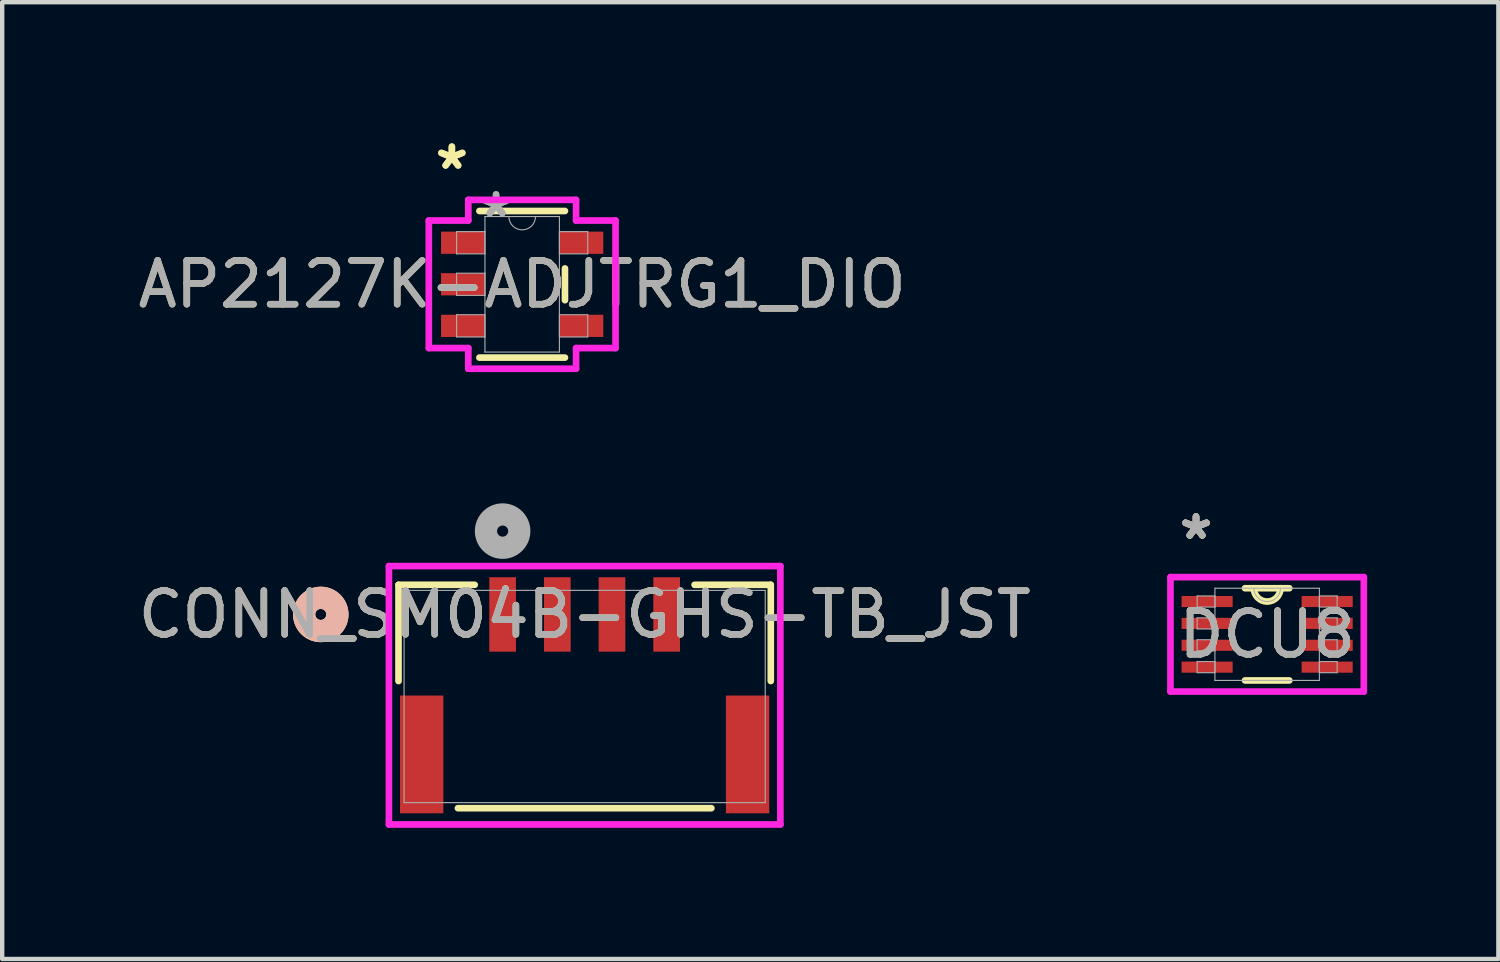
<source format=kicad_pcb>
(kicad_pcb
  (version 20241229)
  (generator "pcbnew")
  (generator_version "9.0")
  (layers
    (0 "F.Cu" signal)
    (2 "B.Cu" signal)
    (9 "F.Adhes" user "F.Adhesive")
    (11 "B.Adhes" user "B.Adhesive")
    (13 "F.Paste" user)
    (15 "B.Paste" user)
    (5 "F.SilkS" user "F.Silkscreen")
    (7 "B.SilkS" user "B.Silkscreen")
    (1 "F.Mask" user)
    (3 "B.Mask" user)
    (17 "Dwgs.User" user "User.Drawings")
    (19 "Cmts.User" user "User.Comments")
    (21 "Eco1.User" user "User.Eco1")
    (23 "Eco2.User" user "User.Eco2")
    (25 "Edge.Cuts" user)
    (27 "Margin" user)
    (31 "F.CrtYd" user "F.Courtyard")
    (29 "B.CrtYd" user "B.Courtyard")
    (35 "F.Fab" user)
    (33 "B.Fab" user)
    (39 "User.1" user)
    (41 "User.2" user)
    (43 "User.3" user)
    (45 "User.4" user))
  (footprint "CONN_SM04B-GHS-TB_JST"
    (layer "F.Cu")
    (at 10.315 12.872)
    (property "Reference" "CONN_SM04B-GHS-TB_JST" (at 0 -1.876 0) (unlocked yes) (layer "F.SilkS") (effects (font (size 1 1) (thickness 0.15))))
    (attr smd)
    (fp_line (start -4.255 -2.553) (end -4.255 -0.353) (stroke (width 0.152) (type solid)) (layer "F.SilkS"))
    (fp_line (start -2.897 2.553) (end 2.897 2.553) (stroke (width 0.152) (type solid)) (layer "F.SilkS"))
    (fp_line (start -2.513 -2.553) (end -4.255 -2.553) (stroke (width 0.152) (type solid)) (layer "F.SilkS"))
    (fp_line (start 4.255 -2.553) (end 2.513 -2.553) (stroke (width 0.152) (type solid)) (layer "F.SilkS"))
    (fp_line (start 4.255 -0.353) (end 4.255 -2.553) (stroke (width 0.152) (type solid)) (layer "F.SilkS"))
    (fp_circle (center -6.032 -1.876) (end -5.652 -1.876) (stroke (width 0.508) (type solid)) (fill no) (layer "F.SilkS"))
    (fp_circle (center -6.032 -1.876) (end -5.652 -1.876) (stroke (width 0.508) (type solid)) (fill no) (layer "B.SilkS"))
    (fp_line (start -4.474 -2.981) (end -4.474 2.925) (stroke (width 0.152) (type solid)) (layer "F.CrtYd"))
    (fp_line (start -4.474 2.925) (end 4.474 2.925) (stroke (width 0.152) (type solid)) (layer "F.CrtYd"))
    (fp_line (start 4.474 -2.981) (end -4.474 -2.981) (stroke (width 0.152) (type solid)) (layer "F.CrtYd"))
    (fp_line (start 4.474 2.925) (end 4.474 -2.981) (stroke (width 0.152) (type solid)) (layer "F.CrtYd"))
    (fp_line (start -4.128 -2.426) (end -4.128 2.426) (stroke (width 0.025) (type solid)) (layer "F.Fab"))
    (fp_line (start -4.128 2.426) (end 4.128 2.426) (stroke (width 0.025) (type solid)) (layer "F.Fab"))
    (fp_line (start 4.128 -2.426) (end -4.128 -2.426) (stroke (width 0.025) (type solid)) (layer "F.Fab"))
    (fp_line (start 4.128 2.426) (end 4.128 -2.426) (stroke (width 0.025) (type solid)) (layer "F.Fab"))
    (fp_circle (center -1.875 -3.781) (end -1.494 -3.781) (stroke (width 0.508) (type solid)) (fill no) (layer "F.Fab"))
    (fp_text user "${REFERENCE}" (at 0 -1.876 0) (unlocked yes) (layer "F.Fab") (effects (font (size 1 1) (thickness 0.15))))
    (pad "1" smd rect (at -1.875 -1.876) (size 0.61 1.702) (layers "F.Cu" "F.Mask" "F.Paste"))
    (pad "2" smd rect (at -0.625 -1.876) (size 0.61 1.702) (layers "F.Cu" "F.Mask" "F.Paste"))
    (pad "3" smd rect (at 0.625 -1.876) (size 0.61 1.702) (layers "F.Cu" "F.Mask" "F.Paste"))
    (pad "4" smd rect (at 1.875 -1.876) (size 0.61 1.702) (layers "F.Cu" "F.Mask" "F.Paste"))
    (pad "5" smd rect (at -3.725 1.324) (size 0.991 2.692) (layers "F.Cu" "F.Mask" "F.Paste"))
    (pad "6" smd rect (at 3.725 1.324) (size 0.991 2.692) (layers "F.Cu" "F.Mask" "F.Paste")))
  (footprint "AP2127K-ADJTRG1_DIO"
    (layer "F.Cu")
    (at 8.887 3.449)
    (property "Reference" "AP2127K-ADJTRG1_DIO" (at 0 0 0) (unlocked yes) (layer "F.SilkS") (effects (font (size 1 1) (thickness 0.15))))
    (attr smd)
    (fp_line (start -0.978 1.676) (end 0.978 1.676) (stroke (width 0.152) (type solid)) (layer "F.SilkS"))
    (fp_line (start 0.978 -1.676) (end -0.978 -1.676) (stroke (width 0.152) (type solid)) (layer "F.SilkS"))
    (fp_line (start 0.978 0.363) (end 0.978 -0.363) (stroke (width 0.152) (type solid)) (layer "F.SilkS"))
    (fp_line (start -2.134 -1.458) (end -1.232 -1.458) (stroke (width 0.152) (type solid)) (layer "F.CrtYd"))
    (fp_line (start -2.134 1.458) (end -2.134 -1.458) (stroke (width 0.152) (type solid)) (layer "F.CrtYd"))
    (fp_line (start -1.232 -1.93) (end 1.232 -1.93) (stroke (width 0.152) (type solid)) (layer "F.CrtYd"))
    (fp_line (start -1.232 -1.458) (end -1.232 -1.93) (stroke (width 0.152) (type solid)) (layer "F.CrtYd"))
    (fp_line (start -1.232 1.458) (end -2.134 1.458) (stroke (width 0.152) (type solid)) (layer "F.CrtYd"))
    (fp_line (start -1.232 1.93) (end -1.232 1.458) (stroke (width 0.152) (type solid)) (layer "F.CrtYd"))
    (fp_line (start 1.232 -1.93) (end 1.232 -1.458) (stroke (width 0.152) (type solid)) (layer "F.CrtYd"))
    (fp_line (start 1.232 -1.458) (end 2.134 -1.458) (stroke (width 0.152) (type solid)) (layer "F.CrtYd"))
    (fp_line (start 1.232 1.458) (end 1.232 1.93) (stroke (width 0.152) (type solid)) (layer "F.CrtYd"))
    (fp_line (start 1.232 1.93) (end -1.232 1.93) (stroke (width 0.152) (type solid)) (layer "F.CrtYd"))
    (fp_line (start 2.134 -1.458) (end 2.134 1.458) (stroke (width 0.152) (type solid)) (layer "F.CrtYd"))
    (fp_line (start 2.134 1.458) (end 1.232 1.458) (stroke (width 0.152) (type solid)) (layer "F.CrtYd"))
    (fp_line (start -1.499 -1.204) (end -1.499 -0.696) (stroke (width 0.025) (type solid)) (layer "F.Fab"))
    (fp_line (start -1.499 -0.696) (end -0.851 -0.696) (stroke (width 0.025) (type solid)) (layer "F.Fab"))
    (fp_line (start -1.499 -0.254) (end -1.499 0.254) (stroke (width 0.025) (type solid)) (layer "F.Fab"))
    (fp_line (start -1.499 0.254) (end -0.851 0.254) (stroke (width 0.025) (type solid)) (layer "F.Fab"))
    (fp_line (start -1.499 0.696) (end -1.499 1.204) (stroke (width 0.025) (type solid)) (layer "F.Fab"))
    (fp_line (start -1.499 1.204) (end -0.851 1.204) (stroke (width 0.025) (type solid)) (layer "F.Fab"))
    (fp_line (start -0.851 -1.549) (end -0.851 1.549) (stroke (width 0.025) (type solid)) (layer "F.Fab"))
    (fp_line (start -0.851 -1.204) (end -1.499 -1.204) (stroke (width 0.025) (type solid)) (layer "F.Fab"))
    (fp_line (start -0.851 -0.696) (end -0.851 -1.204) (stroke (width 0.025) (type solid)) (layer "F.Fab"))
    (fp_line (start -0.851 -0.254) (end -1.499 -0.254) (stroke (width 0.025) (type solid)) (layer "F.Fab"))
    (fp_line (start -0.851 0.254) (end -0.851 -0.254) (stroke (width 0.025) (type solid)) (layer "F.Fab"))
    (fp_line (start -0.851 0.696) (end -1.499 0.696) (stroke (width 0.025) (type solid)) (layer "F.Fab"))
    (fp_line (start -0.851 1.204) (end -0.851 0.696) (stroke (width 0.025) (type solid)) (layer "F.Fab"))
    (fp_line (start -0.851 1.549) (end 0.851 1.549) (stroke (width 0.025) (type solid)) (layer "F.Fab"))
    (fp_line (start 0.851 -1.549) (end -0.851 -1.549) (stroke (width 0.025) (type solid)) (layer "F.Fab"))
    (fp_line (start 0.851 -1.204) (end 0.851 -0.696) (stroke (width 0.025) (type solid)) (layer "F.Fab"))
    (fp_line (start 0.851 -0.696) (end 1.499 -0.696) (stroke (width 0.025) (type solid)) (layer "F.Fab"))
    (fp_line (start 0.851 0.696) (end 0.851 1.204) (stroke (width 0.025) (type solid)) (layer "F.Fab"))
    (fp_line (start 0.851 1.204) (end 1.499 1.204) (stroke (width 0.025) (type solid)) (layer "F.Fab"))
    (fp_line (start 0.851 1.549) (end 0.851 -1.549) (stroke (width 0.025) (type solid)) (layer "F.Fab"))
    (fp_line (start 1.499 -1.204) (end 0.851 -1.204) (stroke (width 0.025) (type solid)) (layer "F.Fab"))
    (fp_line (start 1.499 -0.696) (end 1.499 -1.204) (stroke (width 0.025) (type solid)) (layer "F.Fab"))
    (fp_line (start 1.499 0.696) (end 0.851 0.696) (stroke (width 0.025) (type solid)) (layer "F.Fab"))
    (fp_line (start 1.499 1.204) (end 1.499 0.696) (stroke (width 0.025) (type solid)) (layer "F.Fab"))
    (fp_arc (start 0.3048 -1.5494) (mid 0 -1.2446) (end -0.3048 -1.5494) (stroke (width 0.0254) (type solid)) (layer "F.Fab"))
    (fp_text user "*" (at -1.607 -2.601 0) (layer "F.SilkS") (effects (font (size 1 1) (thickness 0.15))))
    (fp_text user "*" (at -1.607 -2.601 0) (unlocked yes) (layer "F.SilkS") (effects (font (size 1 1) (thickness 0.15))))
    (fp_text user "${REFERENCE}" (at 0 0 0) (unlocked yes) (layer "F.Fab") (effects (font (size 1 1) (thickness 0.15))))
    (fp_text user "*" (at -0.597 -1.509 0) (unlocked yes) (layer "F.Fab") (effects (font (size 1 1) (thickness 0.15))))
    (fp_text user "*" (at -0.597 -1.509 0) (layer "F.Fab") (effects (font (size 1 1) (thickness 0.15))))
    (pad "1" smd rect (at -1.353 -0.95) (size 1.003 0.508) (layers "F.Cu" "F.Mask" "F.Paste"))
    (pad "2" smd rect (at -1.353 0) (size 1.003 0.508) (layers "F.Cu" "F.Mask" "F.Paste"))
    (pad "3" smd rect (at -1.353 0.95) (size 1.003 0.508) (layers "F.Cu" "F.Mask" "F.Paste"))
    (pad "4" smd rect (at 1.353 0.95) (size 1.003 0.508) (layers "F.Cu" "F.Mask" "F.Paste"))
    (pad "5" smd rect (at 1.353 -0.95) (size 1.003 0.508) (layers "F.Cu" "F.Mask" "F.Paste")))
  (footprint "DCU8"
    (layer "F.Cu")
    (at 25.917 11.451)
    (property "Reference" "DCU8" (at 0 0 0) (unlocked yes) (layer "F.SilkS") (effects (font (size 1 1) (thickness 0.15))))
    (attr smd)
    (fp_line (start -0.506 1.054) (end 0.506 1.054) (stroke (width 0.152) (type solid)) (layer "F.SilkS"))
    (fp_line (start 0.506 -1.054) (end -0.506 -1.054) (stroke (width 0.152) (type solid)) (layer "F.SilkS"))
    (fp_arc (start 0.3048 -1.0541) (mid 0 -0.7493) (end -0.3048 -1.0541) (stroke (width 0.1524) (type solid)) (layer "F.SilkS"))
    (fp_line (start -2.21 -1.308) (end 2.21 -1.308) (stroke (width 0.152) (type solid)) (layer "F.CrtYd"))
    (fp_line (start -2.21 1.308) (end -2.21 -1.308) (stroke (width 0.152) (type solid)) (layer "F.CrtYd"))
    (fp_line (start 2.21 -1.308) (end 2.21 1.308) (stroke (width 0.152) (type solid)) (layer "F.CrtYd"))
    (fp_line (start 2.21 1.308) (end -2.21 1.308) (stroke (width 0.152) (type solid)) (layer "F.CrtYd"))
    (fp_line (start -1.6 -0.877) (end -1.6 -0.623) (stroke (width 0.025) (type solid)) (layer "F.Fab"))
    (fp_line (start -1.6 -0.623) (end -1.194 -0.623) (stroke (width 0.025) (type solid)) (layer "F.Fab"))
    (fp_line (start -1.6 -0.377) (end -1.6 -0.123) (stroke (width 0.025) (type solid)) (layer "F.Fab"))
    (fp_line (start -1.6 -0.123) (end -1.194 -0.123) (stroke (width 0.025) (type solid)) (layer "F.Fab"))
    (fp_line (start -1.6 0.123) (end -1.6 0.377) (stroke (width 0.025) (type solid)) (layer "F.Fab"))
    (fp_line (start -1.6 0.377) (end -1.194 0.377) (stroke (width 0.025) (type solid)) (layer "F.Fab"))
    (fp_line (start -1.6 0.623) (end -1.6 0.877) (stroke (width 0.025) (type solid)) (layer "F.Fab"))
    (fp_line (start -1.6 0.877) (end -1.194 0.877) (stroke (width 0.025) (type solid)) (layer "F.Fab"))
    (fp_line (start -1.194 -1.054) (end -1.194 1.054) (stroke (width 0.025) (type solid)) (layer "F.Fab"))
    (fp_line (start -1.194 -0.877) (end -1.6 -0.877) (stroke (width 0.025) (type solid)) (layer "F.Fab"))
    (fp_line (start -1.194 -0.623) (end -1.194 -0.877) (stroke (width 0.025) (type solid)) (layer "F.Fab"))
    (fp_line (start -1.194 -0.377) (end -1.6 -0.377) (stroke (width 0.025) (type solid)) (layer "F.Fab"))
    (fp_line (start -1.194 -0.123) (end -1.194 -0.377) (stroke (width 0.025) (type solid)) (layer "F.Fab"))
    (fp_line (start -1.194 0.123) (end -1.6 0.123) (stroke (width 0.025) (type solid)) (layer "F.Fab"))
    (fp_line (start -1.194 0.377) (end -1.194 0.123) (stroke (width 0.025) (type solid)) (layer "F.Fab"))
    (fp_line (start -1.194 0.623) (end -1.6 0.623) (stroke (width 0.025) (type solid)) (layer "F.Fab"))
    (fp_line (start -1.194 0.877) (end -1.194 0.623) (stroke (width 0.025) (type solid)) (layer "F.Fab"))
    (fp_line (start -1.194 1.054) (end 1.194 1.054) (stroke (width 0.025) (type solid)) (layer "F.Fab"))
    (fp_line (start 1.194 -1.054) (end -1.194 -1.054) (stroke (width 0.025) (type solid)) (layer "F.Fab"))
    (fp_line (start 1.194 -0.877) (end 1.194 -0.623) (stroke (width 0.025) (type solid)) (layer "F.Fab"))
    (fp_line (start 1.194 -0.623) (end 1.6 -0.623) (stroke (width 0.025) (type solid)) (layer "F.Fab"))
    (fp_line (start 1.194 -0.377) (end 1.194 -0.123) (stroke (width 0.025) (type solid)) (layer "F.Fab"))
    (fp_line (start 1.194 -0.123) (end 1.6 -0.123) (stroke (width 0.025) (type solid)) (layer "F.Fab"))
    (fp_line (start 1.194 0.123) (end 1.194 0.377) (stroke (width 0.025) (type solid)) (layer "F.Fab"))
    (fp_line (start 1.194 0.377) (end 1.6 0.377) (stroke (width 0.025) (type solid)) (layer "F.Fab"))
    (fp_line (start 1.194 0.623) (end 1.194 0.877) (stroke (width 0.025) (type solid)) (layer "F.Fab"))
    (fp_line (start 1.194 0.877) (end 1.6 0.877) (stroke (width 0.025) (type solid)) (layer "F.Fab"))
    (fp_line (start 1.194 1.054) (end 1.194 -1.054) (stroke (width 0.025) (type solid)) (layer "F.Fab"))
    (fp_line (start 1.6 -0.877) (end 1.194 -0.877) (stroke (width 0.025) (type solid)) (layer "F.Fab"))
    (fp_line (start 1.6 -0.623) (end 1.6 -0.877) (stroke (width 0.025) (type solid)) (layer "F.Fab"))
    (fp_line (start 1.6 -0.377) (end 1.194 -0.377) (stroke (width 0.025) (type solid)) (layer "F.Fab"))
    (fp_line (start 1.6 -0.123) (end 1.6 -0.377) (stroke (width 0.025) (type solid)) (layer "F.Fab"))
    (fp_line (start 1.6 0.123) (end 1.194 0.123) (stroke (width 0.025) (type solid)) (layer "F.Fab"))
    (fp_line (start 1.6 0.377) (end 1.6 0.123) (stroke (width 0.025) (type solid)) (layer "F.Fab"))
    (fp_line (start 1.6 0.623) (end 1.194 0.623) (stroke (width 0.025) (type solid)) (layer "F.Fab"))
    (fp_line (start 1.6 0.877) (end 1.6 0.623) (stroke (width 0.025) (type solid)) (layer "F.Fab"))
    (fp_arc (start 0.3048 -1.0541) (mid 0 -0.7493) (end -0.3048 -1.0541) (stroke (width 0.0254) (type solid)) (layer "F.Fab"))
    (fp_text user "*" (at -1.626 -2.147 0) (layer "F.SilkS") (effects (font (size 1 1) (thickness 0.15))))
    (fp_text user "*" (at -1.626 -2.147 0) (unlocked yes) (layer "F.SilkS") (effects (font (size 1 1) (thickness 0.15))))
    (fp_text user "${REFERENCE}" (at 0 0 0) (unlocked yes) (layer "F.Fab") (effects (font (size 1 1) (thickness 0.15))))
    (fp_text user "*" (at -1.626 -2.147 0) (layer "F.Fab") (effects (font (size 1 1) (thickness 0.15))))
    (fp_text user "*" (at -1.626 -2.147 0) (unlocked yes) (layer "F.Fab") (effects (font (size 1 1) (thickness 0.15))))
    (pad "1" smd rect (at -1.372 -0.75) (size 1.168 0.254) (layers "F.Cu" "F.Mask" "F.Paste"))
    (pad "2" smd rect (at -1.372 -0.25) (size 1.168 0.254) (layers "F.Cu" "F.Mask" "F.Paste"))
    (pad "3" smd rect (at -1.372 0.25) (size 1.168 0.254) (layers "F.Cu" "F.Mask" "F.Paste"))
    (pad "4" smd rect (at -1.372 0.75) (size 1.168 0.254) (layers "F.Cu" "F.Mask" "F.Paste"))
    (pad "5" smd rect (at 1.372 0.75) (size 1.168 0.254) (layers "F.Cu" "F.Mask" "F.Paste"))
    (pad "6" smd rect (at 1.372 0.25) (size 1.168 0.254) (layers "F.Cu" "F.Mask" "F.Paste"))
    (pad "7" smd rect (at 1.372 -0.25) (size 1.168 0.254) (layers "F.Cu" "F.Mask" "F.Paste"))
    (pad "8" smd rect (at 1.372 -0.75) (size 1.168 0.254) (layers "F.Cu" "F.Mask" "F.Paste")))
  (gr_rect
    (start -3 -3)
    (end 31.203 18.872)
    (stroke (width 0.1) (type default))
    (fill no)
    (layer "Edge.Cuts")))
</source>
